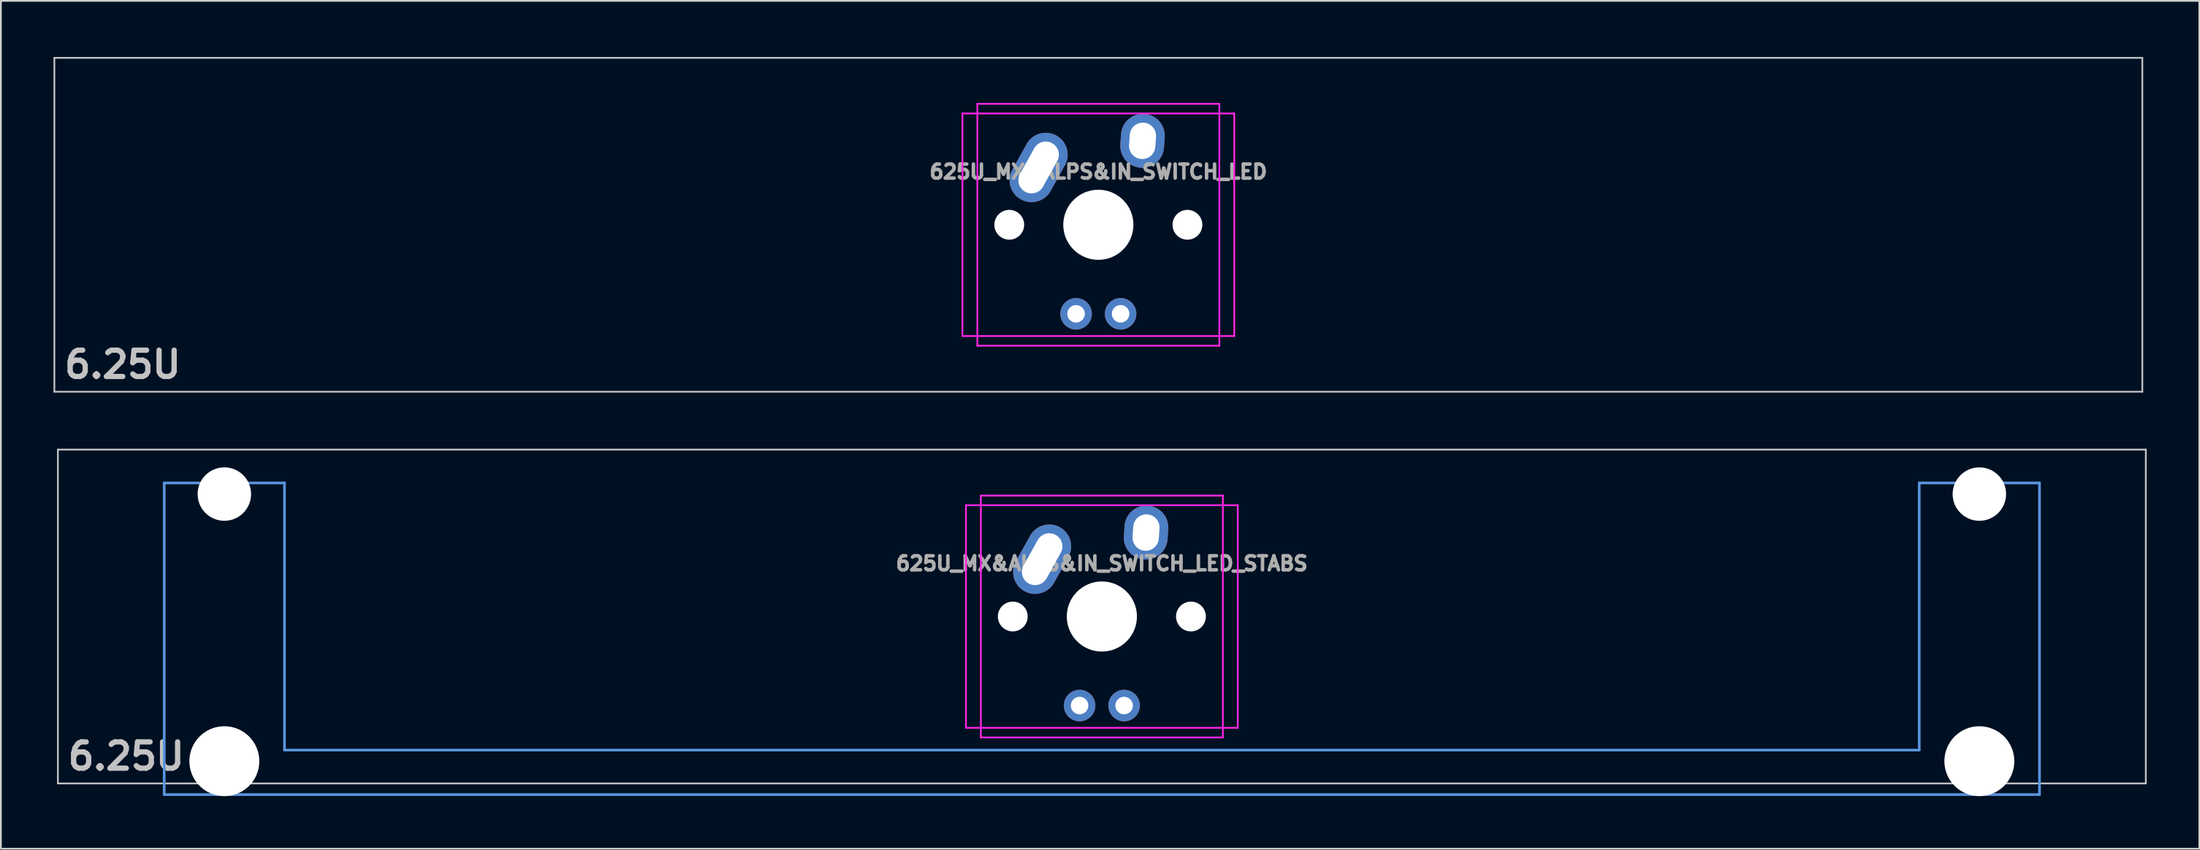
<source format=kicad_pcb>
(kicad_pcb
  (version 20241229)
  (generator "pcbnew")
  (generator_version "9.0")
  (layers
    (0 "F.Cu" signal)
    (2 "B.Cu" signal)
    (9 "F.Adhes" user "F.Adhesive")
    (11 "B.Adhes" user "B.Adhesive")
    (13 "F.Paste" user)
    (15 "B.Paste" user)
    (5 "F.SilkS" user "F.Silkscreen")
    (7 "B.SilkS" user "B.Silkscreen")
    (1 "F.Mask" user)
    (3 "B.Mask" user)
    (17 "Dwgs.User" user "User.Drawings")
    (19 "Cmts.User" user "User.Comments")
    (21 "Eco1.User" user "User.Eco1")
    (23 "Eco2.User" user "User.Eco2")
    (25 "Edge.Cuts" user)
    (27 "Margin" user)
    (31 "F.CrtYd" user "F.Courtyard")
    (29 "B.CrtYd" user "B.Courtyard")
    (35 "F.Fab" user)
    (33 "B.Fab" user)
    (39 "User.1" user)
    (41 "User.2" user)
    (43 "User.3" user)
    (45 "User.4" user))
  (footprint "625U_MX&ALPS&IN_SWITCH_LED"
    (layer "F.Cu")
    (at 59.581 0.25)
    (property "Reference" "625U_MX&ALPS&IN_SWITCH_LED" (at 0.00005 6.5 0) (layer "F.Fab") (effects (font (size 0.8 0.8) (thickness 0.2))))
    (attr through_hole)
    (fp_line (start -59.531 0) (end 59.531 0) (stroke (width 0.1) (type solid)) (layer "Dwgs.User"))
    (fp_line (start -59.531 19.05) (end -59.531 0) (stroke (width 0.1) (type solid)) (layer "Dwgs.User"))
    (fp_line (start 59.531 0) (end 59.531 19.05) (stroke (width 0.1) (type solid)) (layer "Dwgs.User"))
    (fp_line (start 59.531 19.05) (end -59.531 19.05) (stroke (width 0.1) (type solid)) (layer "Dwgs.User"))
    (fp_line (start -7.75 3.175) (end -7.75 15.875) (stroke (width 0.1) (type solid)) (layer "F.CrtYd"))
    (fp_line (start -7.75 3.175) (end 7.75 3.175) (stroke (width 0.1) (type solid)) (layer "F.CrtYd"))
    (fp_line (start -7.75 15.875) (end 7.75 15.875) (stroke (width 0.1) (type solid)) (layer "F.CrtYd"))
    (fp_line (start -6.9 2.625) (end -6.9 16.425) (stroke (width 0.1) (type solid)) (layer "F.CrtYd"))
    (fp_line (start -6.9 2.625) (end 6.9 2.625) (stroke (width 0.1) (type solid)) (layer "F.CrtYd"))
    (fp_line (start -6.9 16.425) (end 6.9 16.425) (stroke (width 0.1) (type solid)) (layer "F.CrtYd"))
    (fp_line (start 6.9 2.625) (end 6.9 16.425) (stroke (width 0.1) (type solid)) (layer "F.CrtYd"))
    (fp_line (start 7.75 3.175) (end 7.75 15.875) (stroke (width 0.1) (type solid)) (layer "F.CrtYd"))
    (fp_text user "6.25U" (at -55.631 17.5 0) (layer "Dwgs.User") (effects (font (size 1.5 1.5) (thickness 0.3))))
    (pad "" np_thru_hole circle (at -5.08 9.525) (size 1.7 1.7) (drill 1.7) (layers "*.Cu" "*.Mask"))
    (pad "" np_thru_hole circle (at 0.00005 9.525) (size 4 4) (drill 4) (layers "*.Cu" "*.Mask"))
    (pad "" np_thru_hole circle (at 5.08 9.525) (size 1.7 1.7) (drill 1.7) (layers "*.Cu" "*.Mask"))
    (pad "1" thru_hole oval (at -3.405 6.255 330.95) (size 2.5 4.17) (drill oval 1.5 3.17) (layers "*.Cu" "*.Mask"))
    (pad "2" thru_hole oval (at 2.52 4.735 356.1) (size 2.5 3.08) (drill oval 1.5 2.08) (layers "*.Cu" "*.Mask"))
    (pad "3" thru_hole circle (at -1.27 14.605) (size 1.8 1.8) (drill 1) (layers "*.Cu" "*.Mask"))
    (pad "4" thru_hole circle (at 1.27 14.605) (size 1.8 1.8) (drill 1) (layers "*.Cu" "*.Mask")))
  (footprint "625U_MX&ALPS&IN_SWITCH_LED_STABS"
    (layer "F.Cu")
    (at 0.25 22.6)
    (property "Reference" "625U_MX&ALPS&IN_SWITCH_LED_STABS" (at 59.531 6.5 0) (layer "F.Fab") (effects (font (size 0.8 0.8) (thickness 0.2))))
    (attr through_hole)
    (fp_line (start 0 0) (end 119.062 0) (stroke (width 0.1) (type solid)) (layer "Dwgs.User"))
    (fp_line (start 0 19.05) (end 0 0) (stroke (width 0.1) (type solid)) (layer "Dwgs.User"))
    (fp_line (start 119.062 0) (end 119.062 19.05) (stroke (width 0.1) (type solid)) (layer "Dwgs.User"))
    (fp_line (start 119.062 19.05) (end 0 19.05) (stroke (width 0.1) (type solid)) (layer "Dwgs.User"))
    (fp_line (start 6.064 1.905) (end 6.064 19.685) (stroke (width 0.152) (type solid)) (layer "Cmts.User"))
    (fp_line (start 6.064 19.685) (end 112.998 19.685) (stroke (width 0.152) (type solid)) (layer "Cmts.User"))
    (fp_line (start 12.922 1.905) (end 6.064 1.905) (stroke (width 0.152) (type solid)) (layer "Cmts.User"))
    (fp_line (start 12.922 17.145) (end 12.922 1.905) (stroke (width 0.152) (type solid)) (layer "Cmts.User"))
    (fp_line (start 106.14 1.905) (end 106.14 17.145) (stroke (width 0.152) (type solid)) (layer "Cmts.User"))
    (fp_line (start 106.14 17.145) (end 12.922 17.145) (stroke (width 0.152) (type solid)) (layer "Cmts.User"))
    (fp_line (start 112.998 1.905) (end 106.14 1.905) (stroke (width 0.152) (type solid)) (layer "Cmts.User"))
    (fp_line (start 112.998 19.685) (end 112.998 1.905) (stroke (width 0.152) (type solid)) (layer "Cmts.User"))
    (fp_line (start 5.302 7.239) (end 6.166 7.239) (stroke (width 0.152) (type solid)) (layer "Eco2.User"))
    (fp_line (start 5.302 10.033) (end 5.302 7.239) (stroke (width 0.152) (type solid)) (layer "Eco2.User"))
    (fp_line (start 6.166 3.835) (end 12.821 3.835) (stroke (width 0.152) (type solid)) (layer "Eco2.User"))
    (fp_line (start 6.166 7.239) (end 6.166 3.835) (stroke (width 0.152) (type solid)) (layer "Eco2.User"))
    (fp_line (start 6.166 10.033) (end 5.302 10.033) (stroke (width 0.152) (type solid)) (layer "Eco2.User"))
    (fp_line (start 6.166 16.129) (end 6.166 10.033) (stroke (width 0.152) (type solid)) (layer "Eco2.User"))
    (fp_line (start 7.207 16.129) (end 6.166 16.129) (stroke (width 0.152) (type solid)) (layer "Eco2.User"))
    (fp_line (start 7.207 17.297) (end 7.207 16.129) (stroke (width 0.152) (type solid)) (layer "Eco2.User"))
    (fp_line (start 11.779 16.129) (end 11.779 17.297) (stroke (width 0.152) (type solid)) (layer "Eco2.User"))
    (fp_line (start 11.779 17.297) (end 7.207 17.297) (stroke (width 0.152) (type solid)) (layer "Eco2.User"))
    (fp_line (start 12.821 3.835) (end 12.821 7.239) (stroke (width 0.152) (type solid)) (layer "Eco2.User"))
    (fp_line (start 12.821 7.239) (end 52.546 7.239) (stroke (width 0.152) (type solid)) (layer "Eco2.User"))
    (fp_line (start 12.821 11.811) (end 12.821 16.129) (stroke (width 0.152) (type solid)) (layer "Eco2.User"))
    (fp_line (start 12.821 16.129) (end 11.779 16.129) (stroke (width 0.152) (type solid)) (layer "Eco2.User"))
    (fp_line (start 52.546 2.54) (end 66.516 2.54) (stroke (width 0.152) (type solid)) (layer "Eco2.User"))
    (fp_line (start 52.546 7.239) (end 52.546 2.54) (stroke (width 0.152) (type solid)) (layer "Eco2.User"))
    (fp_line (start 52.546 11.811) (end 12.821 11.811) (stroke (width 0.152) (type solid)) (layer "Eco2.User"))
    (fp_line (start 52.546 16.51) (end 52.546 11.811) (stroke (width 0.152) (type solid)) (layer "Eco2.User"))
    (fp_line (start 66.516 2.54) (end 66.516 7.239) (stroke (width 0.152) (type solid)) (layer "Eco2.User"))
    (fp_line (start 66.516 7.239) (end 106.242 7.239) (stroke (width 0.152) (type solid)) (layer "Eco2.User"))
    (fp_line (start 66.516 11.811) (end 66.516 16.51) (stroke (width 0.152) (type solid)) (layer "Eco2.User"))
    (fp_line (start 66.516 16.51) (end 52.546 16.51) (stroke (width 0.152) (type solid)) (layer "Eco2.User"))
    (fp_line (start 106.242 16.129) (end 106.242 11.811) (stroke (width 0.152) (type solid)) (layer "Eco2.User"))
    (fp_line (start 106.242 3.835) (end 112.897 3.835) (stroke (width 0.152) (type solid)) (layer "Eco2.User"))
    (fp_line (start 106.242 7.239) (end 106.242 3.835) (stroke (width 0.152) (type solid)) (layer "Eco2.User"))
    (fp_line (start 106.242 11.811) (end 66.516 11.811) (stroke (width 0.152) (type solid)) (layer "Eco2.User"))
    (fp_line (start 107.283 16.129) (end 106.242 16.129) (stroke (width 0.152) (type solid)) (layer "Eco2.User"))
    (fp_line (start 107.283 17.297) (end 107.283 16.129) (stroke (width 0.152) (type solid)) (layer "Eco2.User"))
    (fp_line (start 111.855 16.129) (end 111.855 17.297) (stroke (width 0.152) (type solid)) (layer "Eco2.User"))
    (fp_line (start 111.855 17.297) (end 107.283 17.297) (stroke (width 0.152) (type solid)) (layer "Eco2.User"))
    (fp_line (start 112.897 3.835) (end 112.897 7.239) (stroke (width 0.152) (type solid)) (layer "Eco2.User"))
    (fp_line (start 112.897 7.239) (end 113.76 7.239) (stroke (width 0.152) (type solid)) (layer "Eco2.User"))
    (fp_line (start 112.897 10.033) (end 112.897 16.129) (stroke (width 0.152) (type solid)) (layer "Eco2.User"))
    (fp_line (start 112.897 16.129) (end 111.855 16.129) (stroke (width 0.152) (type solid)) (layer "Eco2.User"))
    (fp_line (start 113.76 7.239) (end 113.76 10.033) (stroke (width 0.152) (type solid)) (layer "Eco2.User"))
    (fp_line (start 113.76 10.033) (end 112.897 10.033) (stroke (width 0.152) (type solid)) (layer "Eco2.User"))
    (fp_line (start 51.781 3.175) (end 51.781 15.875) (stroke (width 0.1) (type solid)) (layer "F.CrtYd"))
    (fp_line (start 51.781 3.175) (end 67.281 3.175) (stroke (width 0.1) (type solid)) (layer "F.CrtYd"))
    (fp_line (start 51.781 15.875) (end 67.281 15.875) (stroke (width 0.1) (type solid)) (layer "F.CrtYd"))
    (fp_line (start 52.631 2.625) (end 52.631 16.425) (stroke (width 0.1) (type solid)) (layer "F.CrtYd"))
    (fp_line (start 52.631 2.625) (end 66.431 2.625) (stroke (width 0.1) (type solid)) (layer "F.CrtYd"))
    (fp_line (start 52.631 16.425) (end 66.431 16.425) (stroke (width 0.1) (type solid)) (layer "F.CrtYd"))
    (fp_line (start 66.431 2.625) (end 66.431 16.425) (stroke (width 0.1) (type solid)) (layer "F.CrtYd"))
    (fp_line (start 67.281 3.175) (end 67.281 15.875) (stroke (width 0.1) (type solid)) (layer "F.CrtYd"))
    (fp_text user "6.25U" (at 3.9 17.5 0) (layer "Dwgs.User") (effects (font (size 1.5 1.5) (thickness 0.3))))
    (pad "" np_thru_hole circle (at 9.493 2.54) (size 3.048 3.048) (drill 3.048) (layers "*.Cu" "*.Mask"))
    (pad "" np_thru_hole circle (at 9.493 17.78) (size 3.988 3.988) (drill 3.988) (layers "*.Cu" "*.Mask"))
    (pad "" np_thru_hole circle (at 54.451 9.525) (size 1.7 1.7) (drill 1.7) (layers "*.Cu" "*.Mask"))
    (pad "" np_thru_hole circle (at 59.531 9.525) (size 4 4) (drill 4) (layers "*.Cu" "*.Mask"))
    (pad "" np_thru_hole circle (at 64.611 9.525) (size 1.7 1.7) (drill 1.7) (layers "*.Cu" "*.Mask"))
    (pad "" np_thru_hole circle (at 109.569 2.54) (size 3.048 3.048) (drill 3.048) (layers "*.Cu" "*.Mask"))
    (pad "" np_thru_hole circle (at 109.569 17.78) (size 3.988 3.988) (drill 3.988) (layers "*.Cu" "*.Mask"))
    (pad "1" thru_hole oval (at 56.126 6.255 330.95) (size 2.5 4.17) (drill oval 1.5 3.17) (layers "*.Cu" "*.Mask"))
    (pad "2" thru_hole oval (at 62.051 4.735 356.1) (size 2.5 3.08) (drill oval 1.5 2.08) (layers "*.Cu" "*.Mask"))
    (pad "3" thru_hole circle (at 58.261 14.605) (size 1.8 1.8) (drill 1) (layers "*.Cu" "*.Mask"))
    (pad "4" thru_hole circle (at 60.801 14.605) (size 1.8 1.8) (drill 1) (layers "*.Cu" "*.Mask")))
  (gr_rect
    (start -3 -3)
    (end 122.362 45.374)
    (stroke (width 0.1) (type default))
    (fill no)
    (layer "Edge.Cuts")))
</source>
